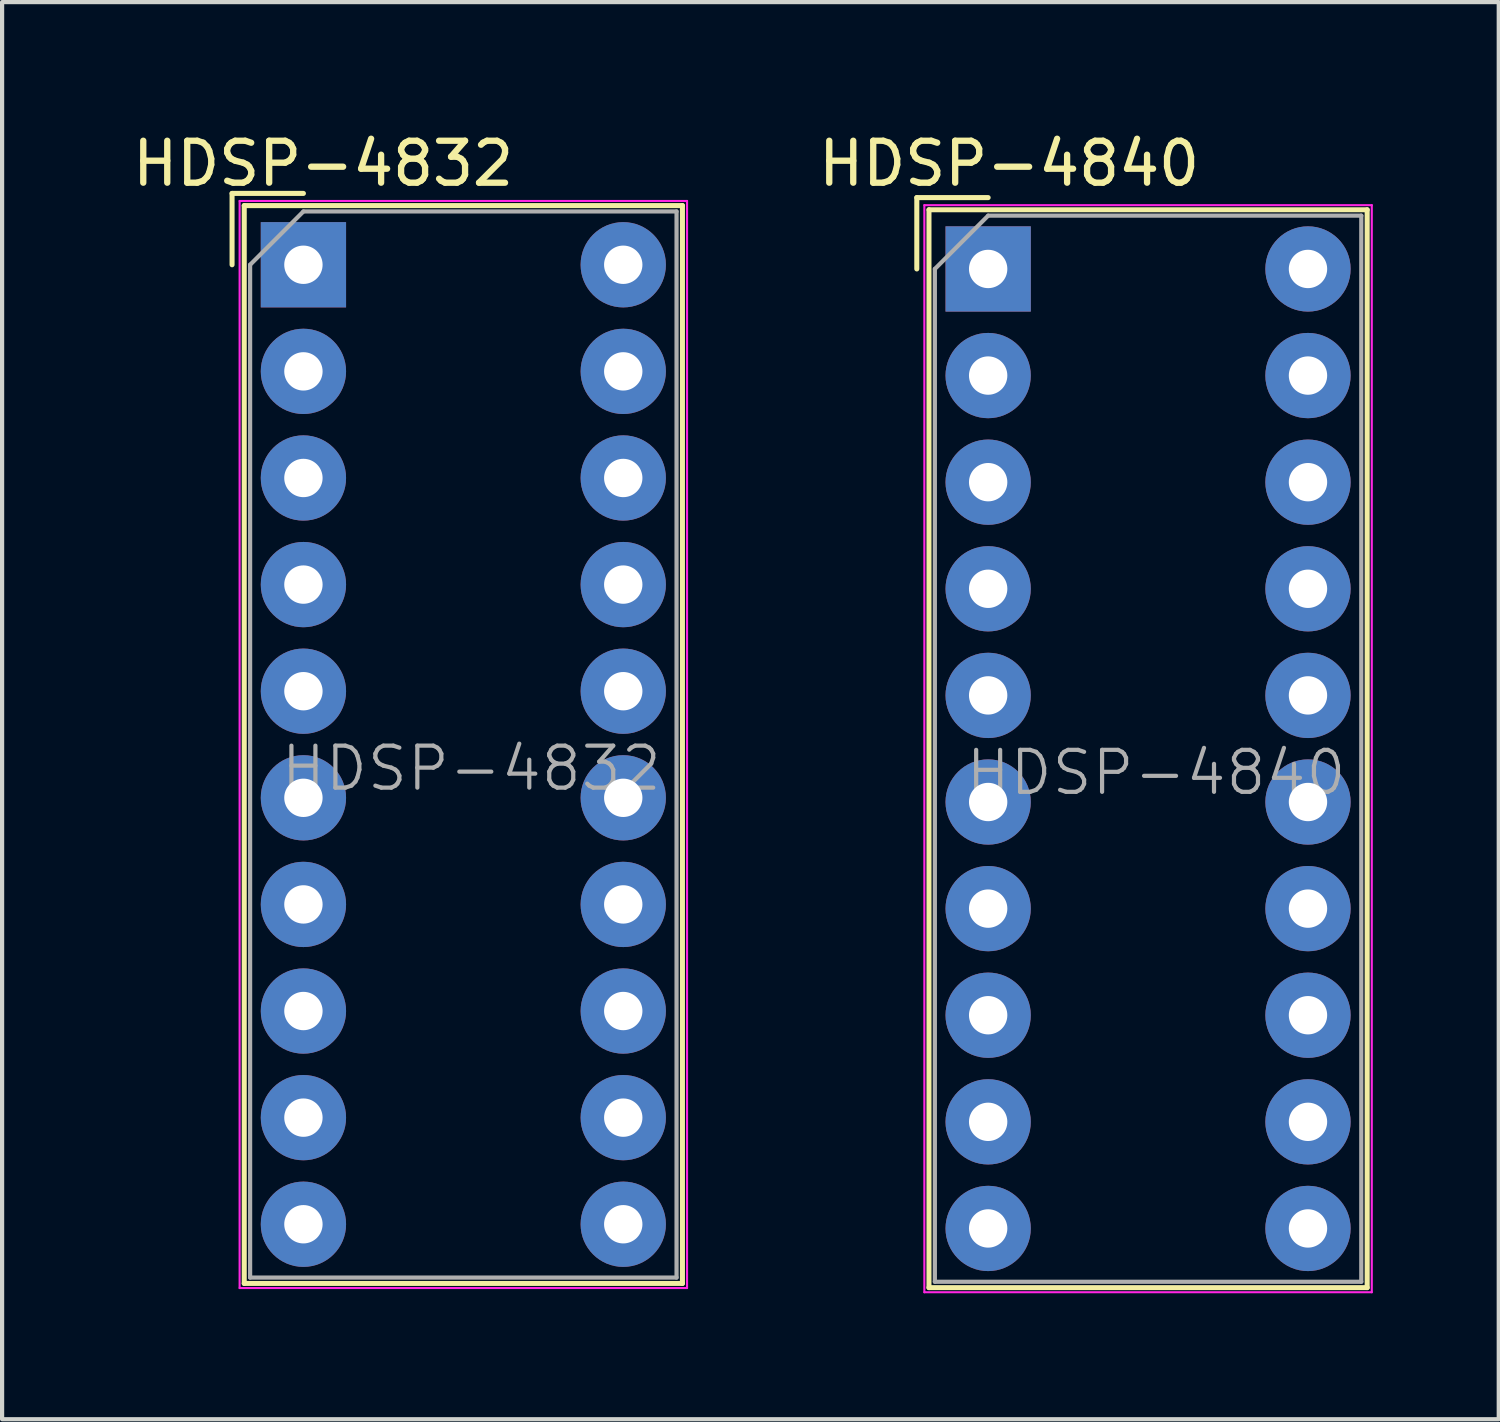
<source format=kicad_pcb>
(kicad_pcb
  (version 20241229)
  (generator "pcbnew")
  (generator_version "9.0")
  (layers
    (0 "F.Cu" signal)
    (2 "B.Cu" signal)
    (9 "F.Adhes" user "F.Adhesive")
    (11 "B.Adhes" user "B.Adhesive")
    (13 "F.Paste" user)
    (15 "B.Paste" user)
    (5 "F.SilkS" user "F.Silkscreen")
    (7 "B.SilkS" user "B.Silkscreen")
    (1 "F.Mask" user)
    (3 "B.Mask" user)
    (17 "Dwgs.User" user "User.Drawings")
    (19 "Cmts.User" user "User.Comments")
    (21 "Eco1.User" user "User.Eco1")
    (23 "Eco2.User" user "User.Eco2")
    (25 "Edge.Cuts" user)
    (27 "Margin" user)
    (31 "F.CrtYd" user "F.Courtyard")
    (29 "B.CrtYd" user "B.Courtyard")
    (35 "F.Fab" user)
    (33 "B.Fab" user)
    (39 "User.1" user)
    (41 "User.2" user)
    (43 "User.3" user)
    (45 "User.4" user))
  (footprint "HDSP-4840"
    (layer "F.Cu")
    (at 20.493 3.358)
    (property "Reference" "HDSP-4840" (at 0.5 -2.51 0) (layer "F.SilkS") (effects (font (size 1 1) (thickness 0.15))))
    (attr through_hole)
    (fp_line (start -1.7 -1.7) (end -1.7 0) (stroke (width 0.12) (type solid)) (layer "F.SilkS"))
    (fp_line (start -1.41 -1.41) (end 9.03 -1.41) (stroke (width 0.12) (type solid)) (layer "F.SilkS"))
    (fp_line (start -1.41 24.27) (end -1.41 -1.41) (stroke (width 0.12) (type solid)) (layer "F.SilkS"))
    (fp_line (start 0 -1.7) (end -1.7 -1.7) (stroke (width 0.12) (type solid)) (layer "F.SilkS"))
    (fp_line (start 9.03 -1.41) (end 9.03 24.27) (stroke (width 0.12) (type solid)) (layer "F.SilkS"))
    (fp_line (start 9.03 24.27) (end -1.41 24.27) (stroke (width 0.12) (type solid)) (layer "F.SilkS"))
    (fp_line (start -1.52 -1.52) (end -1.52 24.38) (stroke (width 0.05) (type solid)) (layer "F.CrtYd"))
    (fp_line (start -1.52 -1.52) (end 9.14 -1.52) (stroke (width 0.05) (type solid)) (layer "F.CrtYd"))
    (fp_line (start -1.52 24.38) (end 9.14 24.38) (stroke (width 0.05) (type solid)) (layer "F.CrtYd"))
    (fp_line (start 9.14 24.38) (end 9.14 -1.52) (stroke (width 0.05) (type solid)) (layer "F.CrtYd"))
    (fp_line (start -1.27 0) (end -1.27 24.13) (stroke (width 0.1) (type solid)) (layer "F.Fab"))
    (fp_line (start -1.27 24.13) (end 8.89 24.13) (stroke (width 0.1) (type solid)) (layer "F.Fab"))
    (fp_line (start 0 -1.27) (end -1.27 0) (stroke (width 0.1) (type solid)) (layer "F.Fab"))
    (fp_line (start 0 -1.27) (end 8.89 -1.27) (stroke (width 0.1) (type solid)) (layer "F.Fab"))
    (fp_line (start 8.89 -1.27) (end 8.89 24.13) (stroke (width 0.1) (type solid)) (layer "F.Fab"))
    (fp_text user "${REFERENCE}" (at 4 12 0) (layer "F.Fab") (effects (font (size 1 1) (thickness 0.1))))
    (pad "1" thru_hole rect (at 0 0 270) (size 2.032 2.032) (drill 0.914) (layers "*.Cu" "*.Mask"))
    (pad "2" thru_hole circle (at 0 2.54 270) (size 2.032 2.032) (drill 0.914) (layers "*.Cu" "*.Mask"))
    (pad "3" thru_hole circle (at 0 5.08 270) (size 2.032 2.032) (drill 0.914) (layers "*.Cu" "*.Mask"))
    (pad "4" thru_hole circle (at 0 7.62 270) (size 2.032 2.032) (drill 0.914) (layers "*.Cu" "*.Mask"))
    (pad "5" thru_hole circle (at 0 10.16 270) (size 2.032 2.032) (drill 0.914) (layers "*.Cu" "*.Mask"))
    (pad "6" thru_hole circle (at 0 12.7 270) (size 2.032 2.032) (drill 0.914) (layers "*.Cu" "*.Mask"))
    (pad "7" thru_hole circle (at 0 15.24 270) (size 2.032 2.032) (drill 0.914) (layers "*.Cu" "*.Mask"))
    (pad "8" thru_hole circle (at 0 17.78 270) (size 2.032 2.032) (drill 0.914) (layers "*.Cu" "*.Mask"))
    (pad "9" thru_hole circle (at 0 20.32 270) (size 2.032 2.032) (drill 0.914) (layers "*.Cu" "*.Mask"))
    (pad "10" thru_hole circle (at 0 22.86 270) (size 2.032 2.032) (drill 0.914) (layers "*.Cu" "*.Mask"))
    (pad "11" thru_hole circle (at 7.62 22.86 270) (size 2.032 2.032) (drill 0.914) (layers "*.Cu" "*.Mask"))
    (pad "12" thru_hole circle (at 7.62 20.32 270) (size 2.032 2.032) (drill 0.914) (layers "*.Cu" "*.Mask"))
    (pad "13" thru_hole circle (at 7.62 17.78 270) (size 2.032 2.032) (drill 0.914) (layers "*.Cu" "*.Mask"))
    (pad "14" thru_hole circle (at 7.62 15.24 270) (size 2.032 2.032) (drill 0.914) (layers "*.Cu" "*.Mask"))
    (pad "15" thru_hole circle (at 7.62 12.7 270) (size 2.032 2.032) (drill 0.914) (layers "*.Cu" "*.Mask"))
    (pad "16" thru_hole circle (at 7.62 10.16 270) (size 2.032 2.032) (drill 0.914) (layers "*.Cu" "*.Mask"))
    (pad "17" thru_hole circle (at 7.62 7.62 270) (size 2.032 2.032) (drill 0.914) (layers "*.Cu" "*.Mask"))
    (pad "18" thru_hole circle (at 7.62 5.08 270) (size 2.032 2.032) (drill 0.914) (layers "*.Cu" "*.Mask"))
    (pad "19" thru_hole circle (at 7.62 2.54 270) (size 2.032 2.032) (drill 0.914) (layers "*.Cu" "*.Mask"))
    (pad "20" thru_hole circle (at 7.62 0 270) (size 2.032 2.032) (drill 0.914) (layers "*.Cu" "*.Mask")))
  (footprint "HDSP-4832"
    (layer "F.Cu")
    (at 4.179 3.258)
    (property "Reference" "HDSP-4832" (at 0.47 -2.41 0) (layer "F.SilkS") (effects (font (size 1 1) (thickness 0.15))))
    (attr through_hole)
    (fp_line (start -1.7 -1.7) (end -1.7 0) (stroke (width 0.12) (type solid)) (layer "F.SilkS"))
    (fp_line (start -1.41 -1.41) (end 9.03 -1.41) (stroke (width 0.12) (type solid)) (layer "F.SilkS"))
    (fp_line (start -1.41 24.27) (end -1.41 -1.41) (stroke (width 0.12) (type solid)) (layer "F.SilkS"))
    (fp_line (start 0 -1.7) (end -1.7 -1.7) (stroke (width 0.12) (type solid)) (layer "F.SilkS"))
    (fp_line (start 9.03 -1.41) (end 9.03 24.27) (stroke (width 0.12) (type solid)) (layer "F.SilkS"))
    (fp_line (start 9.03 24.27) (end -1.41 24.27) (stroke (width 0.12) (type solid)) (layer "F.SilkS"))
    (fp_line (start -1.52 -1.52) (end -1.52 24.38) (stroke (width 0.05) (type solid)) (layer "F.CrtYd"))
    (fp_line (start -1.52 -1.52) (end 9.14 -1.52) (stroke (width 0.05) (type solid)) (layer "F.CrtYd"))
    (fp_line (start -1.52 24.38) (end 9.14 24.38) (stroke (width 0.05) (type solid)) (layer "F.CrtYd"))
    (fp_line (start 9.14 24.38) (end 9.14 -1.52) (stroke (width 0.05) (type solid)) (layer "F.CrtYd"))
    (fp_line (start -1.27 0) (end -1.27 24.13) (stroke (width 0.1) (type solid)) (layer "F.Fab"))
    (fp_line (start -1.27 24.13) (end 8.89 24.13) (stroke (width 0.1) (type solid)) (layer "F.Fab"))
    (fp_line (start 0 -1.27) (end -1.27 0) (stroke (width 0.1) (type solid)) (layer "F.Fab"))
    (fp_line (start 0 -1.27) (end 8.89 -1.27) (stroke (width 0.1) (type solid)) (layer "F.Fab"))
    (fp_line (start 8.89 -1.27) (end 8.89 24.13) (stroke (width 0.1) (type solid)) (layer "F.Fab"))
    (fp_text user "${REFERENCE}" (at 4 12 0) (layer "F.Fab") (effects (font (size 1 1) (thickness 0.1))))
    (pad "1" thru_hole rect (at 0 0 270) (size 2.032 2.032) (drill 0.914) (layers "*.Cu" "*.Mask"))
    (pad "2" thru_hole circle (at 0 2.54 270) (size 2.032 2.032) (drill 0.914) (layers "*.Cu" "*.Mask"))
    (pad "3" thru_hole circle (at 0 5.08 270) (size 2.032 2.032) (drill 0.914) (layers "*.Cu" "*.Mask"))
    (pad "4" thru_hole circle (at 0 7.62 270) (size 2.032 2.032) (drill 0.914) (layers "*.Cu" "*.Mask"))
    (pad "5" thru_hole circle (at 0 10.16 270) (size 2.032 2.032) (drill 0.914) (layers "*.Cu" "*.Mask"))
    (pad "6" thru_hole circle (at 0 12.7 270) (size 2.032 2.032) (drill 0.914) (layers "*.Cu" "*.Mask"))
    (pad "7" thru_hole circle (at 0 15.24 270) (size 2.032 2.032) (drill 0.914) (layers "*.Cu" "*.Mask"))
    (pad "8" thru_hole circle (at 0 17.78 270) (size 2.032 2.032) (drill 0.914) (layers "*.Cu" "*.Mask"))
    (pad "9" thru_hole circle (at 0 20.32 270) (size 2.032 2.032) (drill 0.914) (layers "*.Cu" "*.Mask"))
    (pad "10" thru_hole circle (at 0 22.86 270) (size 2.032 2.032) (drill 0.914) (layers "*.Cu" "*.Mask"))
    (pad "11" thru_hole circle (at 7.62 22.86 270) (size 2.032 2.032) (drill 0.914) (layers "*.Cu" "*.Mask"))
    (pad "12" thru_hole circle (at 7.62 20.32 270) (size 2.032 2.032) (drill 0.914) (layers "*.Cu" "*.Mask"))
    (pad "13" thru_hole circle (at 7.62 17.78 270) (size 2.032 2.032) (drill 0.914) (layers "*.Cu" "*.Mask"))
    (pad "14" thru_hole circle (at 7.62 15.24 270) (size 2.032 2.032) (drill 0.914) (layers "*.Cu" "*.Mask"))
    (pad "15" thru_hole circle (at 7.62 12.7 270) (size 2.032 2.032) (drill 0.914) (layers "*.Cu" "*.Mask"))
    (pad "16" thru_hole circle (at 7.62 10.16 270) (size 2.032 2.032) (drill 0.914) (layers "*.Cu" "*.Mask"))
    (pad "17" thru_hole circle (at 7.62 7.62 270) (size 2.032 2.032) (drill 0.914) (layers "*.Cu" "*.Mask"))
    (pad "18" thru_hole circle (at 7.62 5.08 270) (size 2.032 2.032) (drill 0.914) (layers "*.Cu" "*.Mask"))
    (pad "19" thru_hole circle (at 7.62 2.54 270) (size 2.032 2.032) (drill 0.914) (layers "*.Cu" "*.Mask"))
    (pad "20" thru_hole circle (at 7.62 0 270) (size 2.032 2.032) (drill 0.914) (layers "*.Cu" "*.Mask")))
  (gr_rect
    (start -3 -3)
    (end 32.658 30.763)
    (stroke (width 0.1) (type default))
    (fill no)
    (layer "Edge.Cuts")))
</source>
